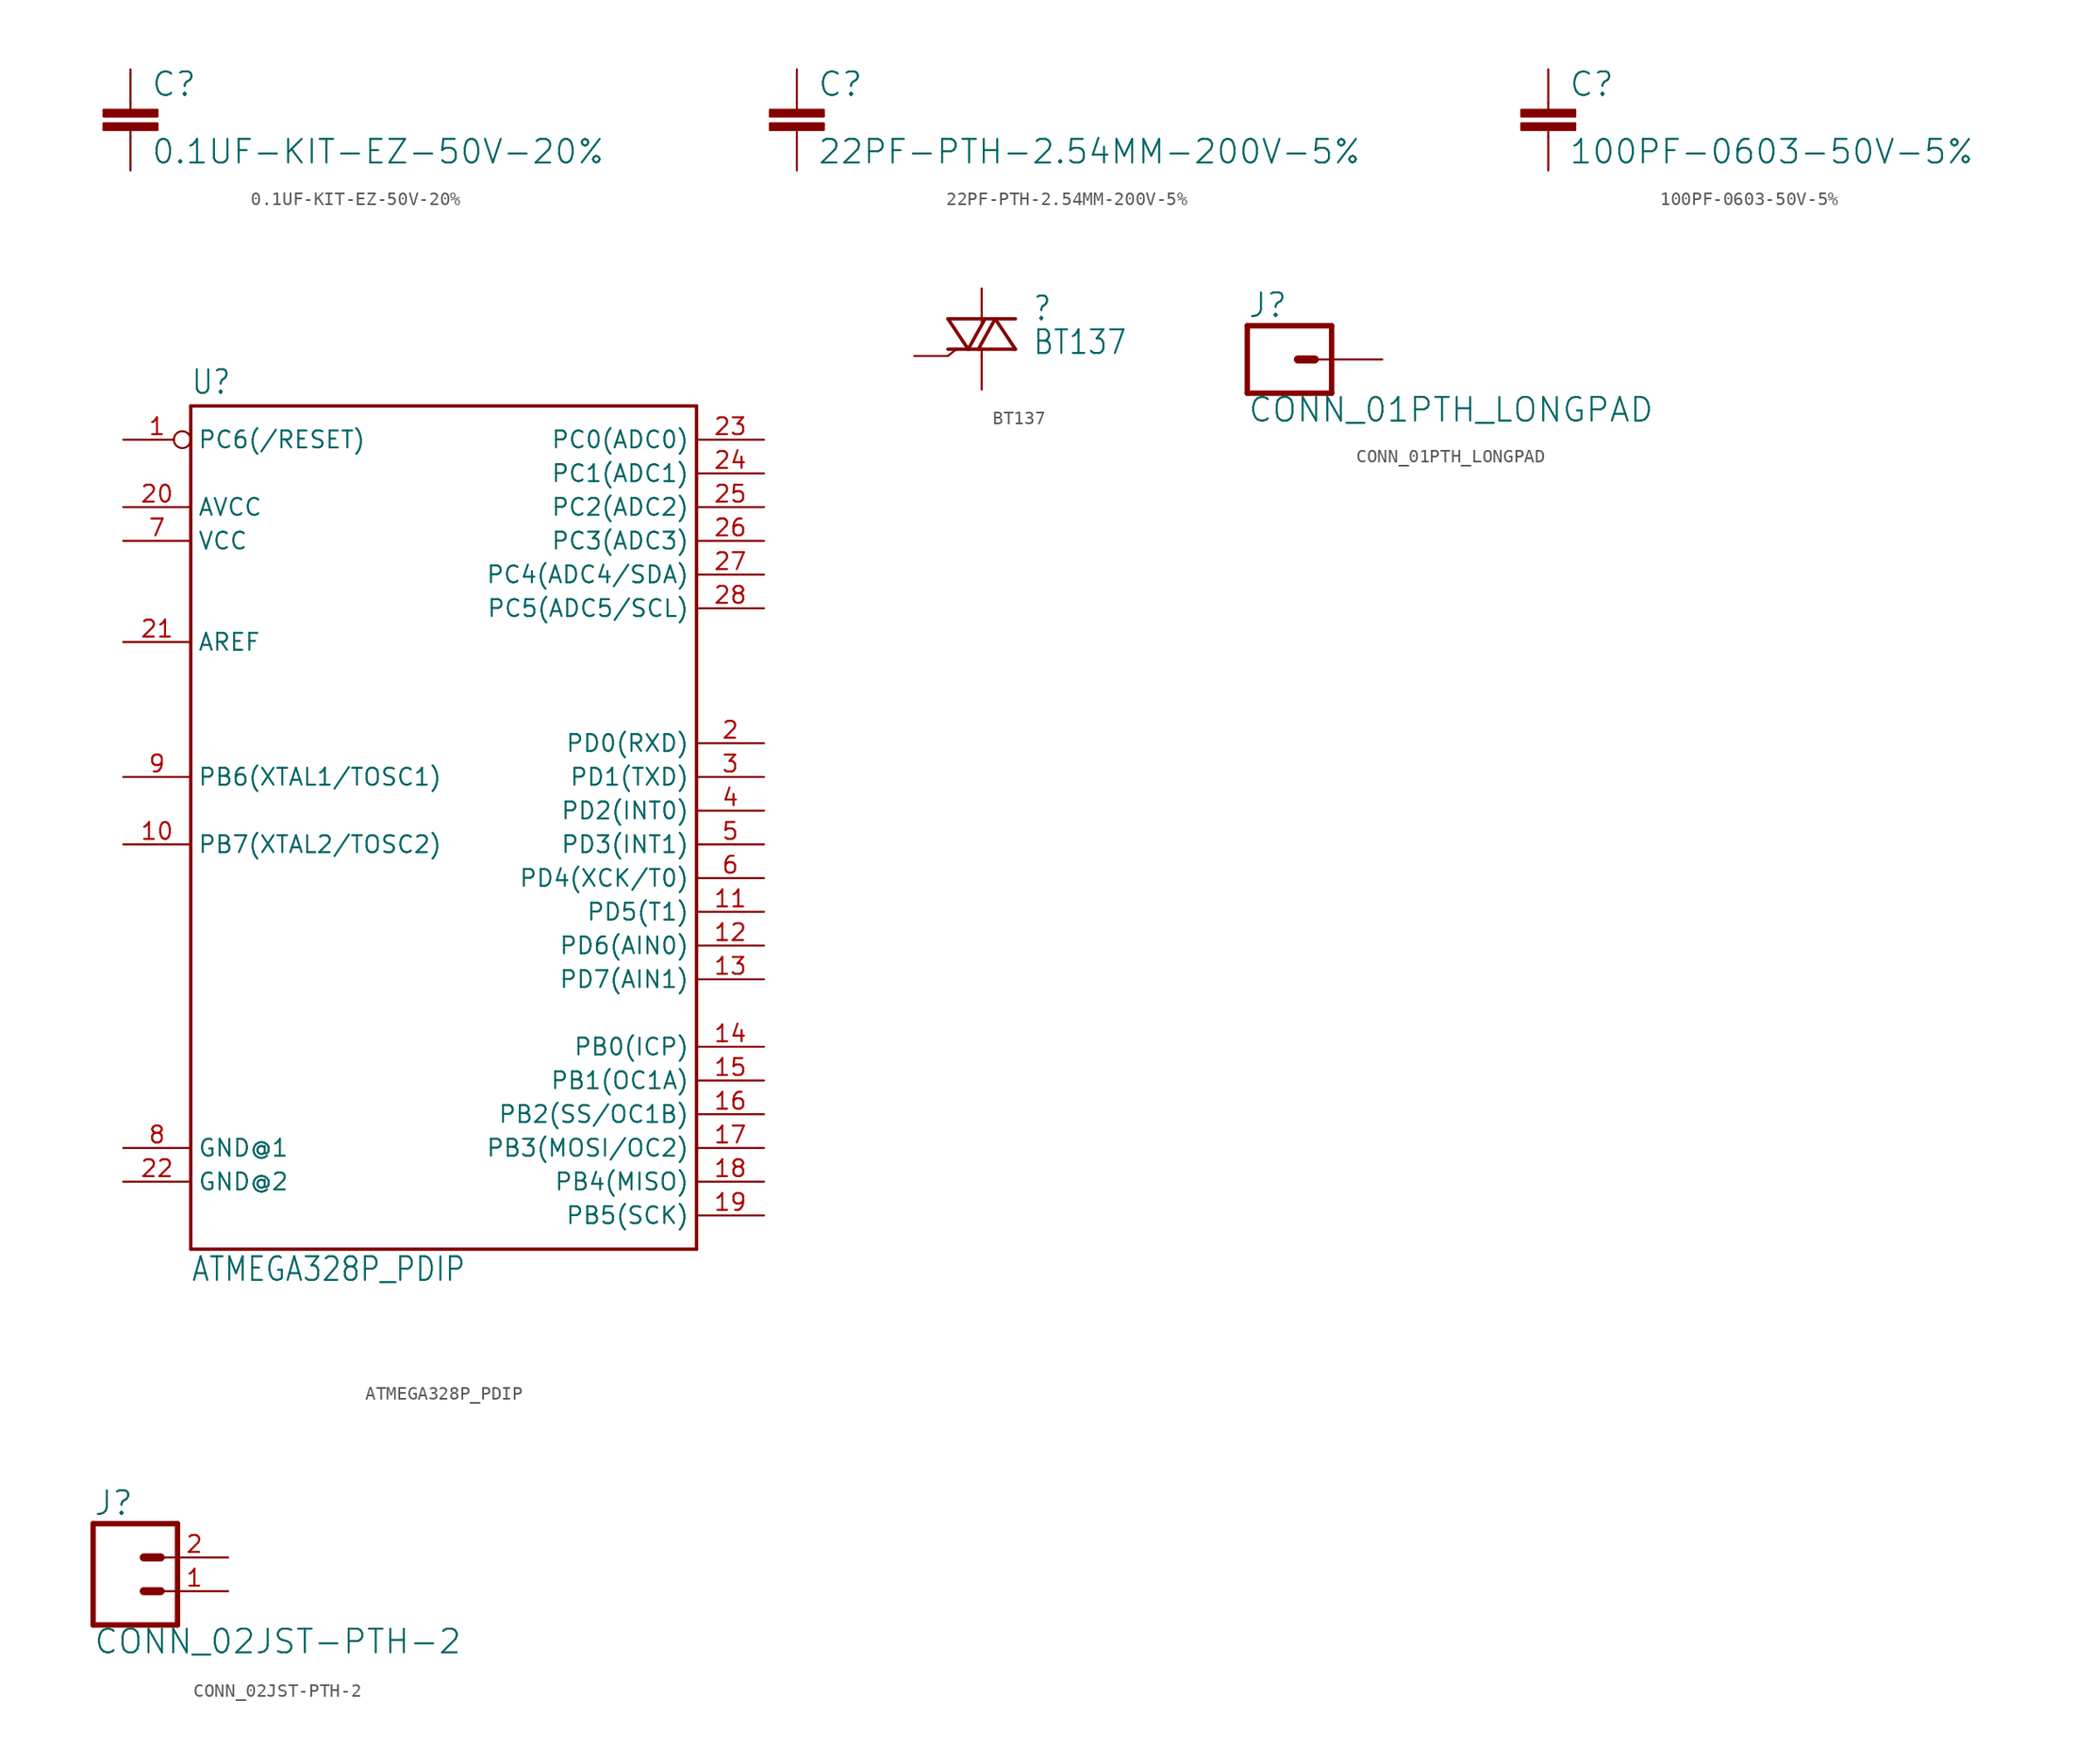
<source format=kicad_sym>
(kicad_symbol_lib
  (version 20220331)
  (generator kicad_symbol_editor)
  (symbol "0.1UF-KIT-EZ-50V-20%"
    (property "Reference" "C"
      (at 1.524 2.921 0)
      (effects (font (size 1.778 1.778)) (justify left bottom)))
    (property "Value" "0.1UF-KIT-EZ-50V-20%"
      (at 1.524 -2.159 0)
      (effects (font (size 1.778 1.778)) (justify left bottom)))
    (property "ki_locked" ""
      (at 0 0 0)
      (effects (font (size 1.27 1.27))))
    (symbol "0.1UF-KIT-EZ-50V-20%_1_0"
      (rectangle (start -2.032 0.508) (end 2.032 1.016) (stroke (width 0) (type default)) (fill (type outline)))
      (rectangle (start -2.032 1.524) (end 2.032 2.032) (stroke (width 0) (type default)) (fill (type outline)))
      (polyline (pts (xy 0 0) (xy 0 0.508)) (stroke (width 0.152) (type solid)) (fill (type none)))
      (polyline (pts (xy 0 2.54) (xy 0 2.032)) (stroke (width 0.152) (type solid)) (fill (type none)))
      (pin passive line (at 0 5.08 270) (length 2.54) (name "1" (effects (font (size 0 0)))) (number "1" (effects (font (size 0 0)))))
      (pin passive line (at 0 -2.54 90) (length 2.54) (name "2" (effects (font (size 0 0)))) (number "2" (effects (font (size 0 0)))))))
  (symbol "22PF-PTH-2.54MM-200V-5%"
    (property "Reference" "C"
      (at 1.524 2.921 0)
      (effects (font (size 1.778 1.778)) (justify left bottom)))
    (property "Value" "22PF-PTH-2.54MM-200V-5%"
      (at 1.524 -2.159 0)
      (effects (font (size 1.778 1.778)) (justify left bottom)))
    (property "ki_locked" ""
      (at 0 0 0)
      (effects (font (size 1.27 1.27))))
    (symbol "22PF-PTH-2.54MM-200V-5%_1_0"
      (rectangle (start -2.032 0.508) (end 2.032 1.016) (stroke (width 0) (type default)) (fill (type outline)))
      (rectangle (start -2.032 1.524) (end 2.032 2.032) (stroke (width 0) (type default)) (fill (type outline)))
      (polyline (pts (xy 0 0) (xy 0 0.508)) (stroke (width 0.152) (type solid)) (fill (type none)))
      (polyline (pts (xy 0 2.54) (xy 0 2.032)) (stroke (width 0.152) (type solid)) (fill (type none)))
      (pin passive line (at 0 5.08 270) (length 2.54) (name "1" (effects (font (size 0 0)))) (number "1" (effects (font (size 0 0)))))
      (pin passive line (at 0 -2.54 90) (length 2.54) (name "2" (effects (font (size 0 0)))) (number "2" (effects (font (size 0 0)))))))
  (symbol "100PF-0603-50V-5%"
    (property "Reference" "C"
      (at 1.524 2.921 0)
      (effects (font (size 1.778 1.778)) (justify left bottom)))
    (property "Value" "100PF-0603-50V-5%"
      (at 1.524 -2.159 0)
      (effects (font (size 1.778 1.778)) (justify left bottom)))
    (property "ki_locked" ""
      (at 0 0 0)
      (effects (font (size 1.27 1.27))))
    (symbol "100PF-0603-50V-5%_1_0"
      (rectangle (start -2.032 0.508) (end 2.032 1.016) (stroke (width 0) (type default)) (fill (type outline)))
      (rectangle (start -2.032 1.524) (end 2.032 2.032) (stroke (width 0) (type default)) (fill (type outline)))
      (polyline (pts (xy 0 0) (xy 0 0.508)) (stroke (width 0.152) (type solid)) (fill (type none)))
      (polyline (pts (xy 0 2.54) (xy 0 2.032)) (stroke (width 0.152) (type solid)) (fill (type none)))
      (pin passive line (at 0 5.08 270) (length 2.54) (name "1" (effects (font (size 0 0)))) (number "1" (effects (font (size 0 0)))))
      (pin passive line (at 0 -2.54 90) (length 2.54) (name "2" (effects (font (size 0 0)))) (number "2" (effects (font (size 0 0)))))))
  (symbol "ATMEGA328P_PDIP"
    (property "Reference" "U"
      (at -17.78 28.702 0)
      (effects (font (size 1.778 1.511)) (justify left bottom)))
    (property "Value" "ATMEGA328P_PDIP"
      (at -17.78 -38.1 0)
      (effects (font (size 1.778 1.511)) (justify left bottom)))
    (property "ki_locked" ""
      (at 0 0 0)
      (effects (font (size 1.27 1.27))))
    (symbol "ATMEGA328P_PDIP_1_0"
      (polyline (pts (xy -17.78 -35.56) (xy -17.78 27.94)) (stroke (width 0.254) (type solid)) (fill (type none)))
      (polyline (pts (xy -17.78 27.94) (xy 20.32 27.94)) (stroke (width 0.254) (type solid)) (fill (type none)))
      (polyline (pts (xy 20.32 -35.56) (xy -17.78 -35.56)) (stroke (width 0.254) (type solid)) (fill (type none)))
      (polyline (pts (xy 20.32 27.94) (xy 20.32 -35.56)) (stroke (width 0.254) (type solid)) (fill (type none)))
      (pin bidirectional inverted (at -22.86 25.4 0) (length 5.08) (name "PC6(/RESET)" (effects (font (size 1.27 1.27)))) (number "1" (effects (font (size 1.27 1.27)))))
      (pin bidirectional line (at -22.86 -5.08 0) (length 5.08) (name "PB7(XTAL2/TOSC2)" (effects (font (size 1.27 1.27)))) (number "10" (effects (font (size 1.27 1.27)))))
      (pin bidirectional line (at 25.4 -10.16 180) (length 5.08) (name "PD5(T1)" (effects (font (size 1.27 1.27)))) (number "11" (effects (font (size 1.27 1.27)))))
      (pin bidirectional line (at 25.4 -12.7 180) (length 5.08) (name "PD6(AIN0)" (effects (font (size 1.27 1.27)))) (number "12" (effects (font (size 1.27 1.27)))))
      (pin bidirectional line (at 25.4 -15.24 180) (length 5.08) (name "PD7(AIN1)" (effects (font (size 1.27 1.27)))) (number "13" (effects (font (size 1.27 1.27)))))
      (pin bidirectional line (at 25.4 -20.32 180) (length 5.08) (name "PB0(ICP)" (effects (font (size 1.27 1.27)))) (number "14" (effects (font (size 1.27 1.27)))))
      (pin bidirectional line (at 25.4 -22.86 180) (length 5.08) (name "PB1(OC1A)" (effects (font (size 1.27 1.27)))) (number "15" (effects (font (size 1.27 1.27)))))
      (pin bidirectional line (at 25.4 -25.4 180) (length 5.08) (name "PB2(SS/OC1B)" (effects (font (size 1.27 1.27)))) (number "16" (effects (font (size 1.27 1.27)))))
      (pin bidirectional line (at 25.4 -27.94 180) (length 5.08) (name "PB3(MOSI/OC2)" (effects (font (size 1.27 1.27)))) (number "17" (effects (font (size 1.27 1.27)))))
      (pin bidirectional line (at 25.4 -30.48 180) (length 5.08) (name "PB4(MISO)" (effects (font (size 1.27 1.27)))) (number "18" (effects (font (size 1.27 1.27)))))
      (pin bidirectional line (at 25.4 -33.02 180) (length 5.08) (name "PB5(SCK)" (effects (font (size 1.27 1.27)))) (number "19" (effects (font (size 1.27 1.27)))))
      (pin bidirectional line (at 25.4 2.54 180) (length 5.08) (name "PD0(RXD)" (effects (font (size 1.27 1.27)))) (number "2" (effects (font (size 1.27 1.27)))))
      (pin bidirectional line (at -22.86 20.32 0) (length 5.08) (name "AVCC" (effects (font (size 1.27 1.27)))) (number "20" (effects (font (size 1.27 1.27)))))
      (pin bidirectional line (at -22.86 10.16 0) (length 5.08) (name "AREF" (effects (font (size 1.27 1.27)))) (number "21" (effects (font (size 1.27 1.27)))))
      (pin bidirectional line (at -22.86 -30.48 0) (length 5.08) (name "GND@2" (effects (font (size 1.27 1.27)))) (number "22" (effects (font (size 1.27 1.27)))))
      (pin bidirectional line (at 25.4 25.4 180) (length 5.08) (name "PC0(ADC0)" (effects (font (size 1.27 1.27)))) (number "23" (effects (font (size 1.27 1.27)))))
      (pin bidirectional line (at 25.4 22.86 180) (length 5.08) (name "PC1(ADC1)" (effects (font (size 1.27 1.27)))) (number "24" (effects (font (size 1.27 1.27)))))
      (pin bidirectional line (at 25.4 20.32 180) (length 5.08) (name "PC2(ADC2)" (effects (font (size 1.27 1.27)))) (number "25" (effects (font (size 1.27 1.27)))))
      (pin bidirectional line (at 25.4 17.78 180) (length 5.08) (name "PC3(ADC3)" (effects (font (size 1.27 1.27)))) (number "26" (effects (font (size 1.27 1.27)))))
      (pin bidirectional line (at 25.4 15.24 180) (length 5.08) (name "PC4(ADC4/SDA)" (effects (font (size 1.27 1.27)))) (number "27" (effects (font (size 1.27 1.27)))))
      (pin bidirectional line (at 25.4 12.7 180) (length 5.08) (name "PC5(ADC5/SCL)" (effects (font (size 1.27 1.27)))) (number "28" (effects (font (size 1.27 1.27)))))
      (pin bidirectional line (at 25.4 0 180) (length 5.08) (name "PD1(TXD)" (effects (font (size 1.27 1.27)))) (number "3" (effects (font (size 1.27 1.27)))))
      (pin bidirectional line (at 25.4 -2.54 180) (length 5.08) (name "PD2(INT0)" (effects (font (size 1.27 1.27)))) (number "4" (effects (font (size 1.27 1.27)))))
      (pin bidirectional line (at 25.4 -5.08 180) (length 5.08) (name "PD3(INT1)" (effects (font (size 1.27 1.27)))) (number "5" (effects (font (size 1.27 1.27)))))
      (pin bidirectional line (at 25.4 -7.62 180) (length 5.08) (name "PD4(XCK/T0)" (effects (font (size 1.27 1.27)))) (number "6" (effects (font (size 1.27 1.27)))))
      (pin bidirectional line (at -22.86 17.78 0) (length 5.08) (name "VCC" (effects (font (size 1.27 1.27)))) (number "7" (effects (font (size 1.27 1.27)))))
      (pin bidirectional line (at -22.86 -27.94 0) (length 5.08) (name "GND@1" (effects (font (size 1.27 1.27)))) (number "8" (effects (font (size 1.27 1.27)))))
      (pin bidirectional line (at -22.86 0 0) (length 5.08) (name "PB6(XTAL1/TOSC1)" (effects (font (size 1.27 1.27)))) (number "9" (effects (font (size 1.27 1.27)))))))
  (symbol "BT137"
    (property "Reference" ""
      (at 3.81 2.54 0)
      (effects (font (size 1.778 1.511)) (justify left bottom)))
    (property "Value" "BT137"
      (at 3.81 0 0)
      (effects (font (size 1.778 1.511)) (justify left bottom)))
    (property "ki_locked" ""
      (at 0 0 0)
      (effects (font (size 1.27 1.27))))
    (symbol "BT137_1_0"
      (polyline (pts (xy -2.54 2.794) (xy -1.016 0.508)) (stroke (width 0.254) (type solid)) (fill (type none)))
      (polyline (pts (xy -1.905 0.508) (xy -2.54 0)) (stroke (width 0.152) (type solid)) (fill (type none)))
      (polyline (pts (xy -1.905 0.508) (xy -2.54 0.508)) (stroke (width 0.254) (type solid)) (fill (type none)))
      (polyline (pts (xy -1.016 0.508) (xy -1.905 0.508)) (stroke (width 0.254) (type solid)) (fill (type none)))
      (polyline (pts (xy -1.016 0.508) (xy -0.254 0.508)) (stroke (width 0.254) (type solid)) (fill (type none)))
      (polyline (pts (xy -1.016 0.508) (xy 0.254 2.794)) (stroke (width 0.254) (type solid)) (fill (type none)))
      (polyline (pts (xy -0.254 0.508) (xy 1.016 2.794)) (stroke (width 0.254) (type solid)) (fill (type none)))
      (polyline (pts (xy 0 0) (xy 0 0.508)) (stroke (width 0.152) (type solid)) (fill (type none)))
      (polyline (pts (xy 0 0.508) (xy -0.254 0.508)) (stroke (width 0.254) (type solid)) (fill (type none)))
      (polyline (pts (xy 0.254 2.794) (xy -2.54 2.794)) (stroke (width 0.254) (type solid)) (fill (type none)))
      (polyline (pts (xy 1.016 2.794) (xy 0.254 2.794)) (stroke (width 0.254) (type solid)) (fill (type none)))
      (polyline (pts (xy 1.016 2.794) (xy 2.54 0.508)) (stroke (width 0.254) (type solid)) (fill (type none)))
      (polyline (pts (xy 1.016 2.794) (xy 2.54 2.794)) (stroke (width 0.254) (type solid)) (fill (type none)))
      (polyline (pts (xy 2.54 0.508) (xy 0 0.508)) (stroke (width 0.254) (type solid)) (fill (type none)))
      (pin passive line (at -5.08 0 0) (length 2.54) (name "G" (effects (font (size 0 0)))) (number "G" (effects (font (size 0 0)))))
      (pin passive line (at 0 -2.54 90) (length 2.54) (name "A1" (effects (font (size 0 0)))) (number "T1" (effects (font (size 0 0)))))
      (pin passive line (at 0 5.08 270) (length 2.54) (name "A2" (effects (font (size 0 0)))) (number "T2" (effects (font (size 0 0)))))))
  (symbol "CONN_01PTH_LONGPAD"
    (property "Reference" "J"
      (at -2.54 3.048 0)
      (effects (font (size 1.778 1.778)) (justify left bottom)))
    (property "Value" "CONN_01PTH_LONGPAD"
      (at -2.54 -4.826 0)
      (effects (font (size 1.778 1.778)) (justify left bottom)))
    (property "ki_locked" ""
      (at 0 0 0)
      (effects (font (size 1.27 1.27))))
    (symbol "CONN_01PTH_LONGPAD_1_0"
      (polyline (pts (xy -2.54 2.54) (xy -2.54 -2.54)) (stroke (width 0.406) (type solid)) (fill (type none)))
      (polyline (pts (xy -2.54 2.54) (xy 3.81 2.54)) (stroke (width 0.406) (type solid)) (fill (type none)))
      (polyline (pts (xy 1.27 0) (xy 2.54 0)) (stroke (width 0.61) (type solid)) (fill (type none)))
      (polyline (pts (xy 3.81 -2.54) (xy -2.54 -2.54)) (stroke (width 0.406) (type solid)) (fill (type none)))
      (polyline (pts (xy 3.81 -2.54) (xy 3.81 2.54)) (stroke (width 0.406) (type solid)) (fill (type none)))
      (pin passive line (at 7.62 0 180) (length 5.08) (name "1" (effects (font (size 0 0)))) (number "1" (effects (font (size 0 0)))))))
  (symbol "CONN_02JST-PTH-2"
    (property "Reference" "J"
      (at -2.54 5.588 0)
      (effects (font (size 1.778 1.778)) (justify left bottom)))
    (property "Value" "CONN_02JST-PTH-2"
      (at -2.54 -4.826 0)
      (effects (font (size 1.778 1.778)) (justify left bottom)))
    (property "ki_locked" ""
      (at 0 0 0)
      (effects (font (size 1.27 1.27))))
    (symbol "CONN_02JST-PTH-2_1_0"
      (polyline (pts (xy -2.54 5.08) (xy -2.54 -2.54)) (stroke (width 0.406) (type solid)) (fill (type none)))
      (polyline (pts (xy -2.54 5.08) (xy 3.81 5.08)) (stroke (width 0.406) (type solid)) (fill (type none)))
      (polyline (pts (xy 1.27 0) (xy 2.54 0)) (stroke (width 0.61) (type solid)) (fill (type none)))
      (polyline (pts (xy 1.27 2.54) (xy 2.54 2.54)) (stroke (width 0.61) (type solid)) (fill (type none)))
      (polyline (pts (xy 3.81 -2.54) (xy -2.54 -2.54)) (stroke (width 0.406) (type solid)) (fill (type none)))
      (polyline (pts (xy 3.81 -2.54) (xy 3.81 5.08)) (stroke (width 0.406) (type solid)) (fill (type none)))
      (pin passive line (at 7.62 0 180) (length 5.08) (name "1" (effects (font (size 0 0)))) (number "1" (effects (font (size 1.27 1.27)))))
      (pin passive line (at 7.62 2.54 180) (length 5.08) (name "2" (effects (font (size 0 0)))) (number "2" (effects (font (size 1.27 1.27))))))))
</source>
